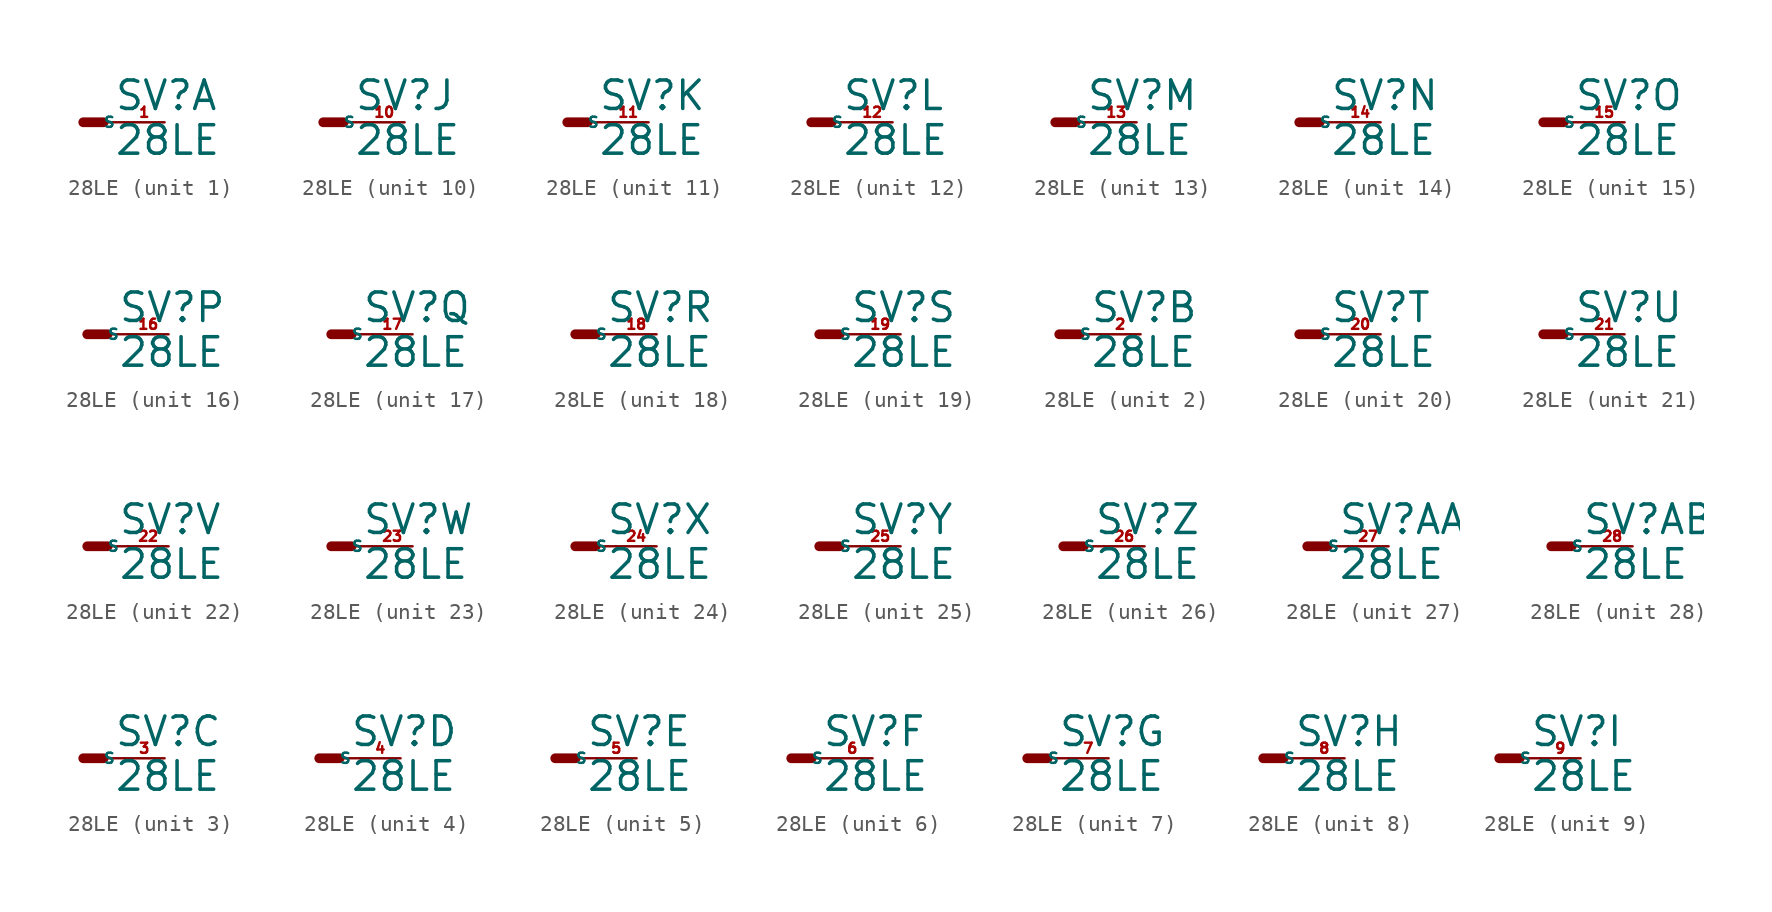
<source format=kicad_sym>
(kicad_symbol_lib
  (version 20220914)
  (generator Eagle2Kicad)
  (symbol "28LE"
    (property "Reference" "SV"
      (at 1.905 0.635 0)
      (effects (font (size 1.778 1.778) (thickness 0.22)) (justify left bottom)))
    (property "Value" "28LE"
      (at 1.905 -2.159 0)
      (effects (font (size 1.778 1.778) (thickness 0.22)) (justify left bottom)))
    (symbol "28LE_1_0"
      (polyline (pts (xy 0 0) (xy 1.27 0)) (stroke (width 0.61) (type default)) (fill (type none)))
      (polyline (pts (xy 2.54 0) (xy 1.27 0)) (stroke (width 0.152) (type default)) (fill (type none)))
      (pin passive line (at 5.08 0 180) (length 2.54) (name "S" (effects (font (size 0.635 0.635) (thickness 0.08)) (justify left bottom))) (number "1" (effects (font (size 0.635 0.635) (thickness 0.08)) (justify left bottom)))))
    (symbol "28LE_2_0"
      (polyline (pts (xy 0 0) (xy 1.27 0)) (stroke (width 0.61) (type default)) (fill (type none)))
      (polyline (pts (xy 2.54 0) (xy 1.27 0)) (stroke (width 0.152) (type default)) (fill (type none)))
      (pin passive line (at 5.08 0 180) (length 2.54) (name "S" (effects (font (size 0.635 0.635) (thickness 0.08)) (justify left bottom))) (number "2" (effects (font (size 0.635 0.635) (thickness 0.08)) (justify left bottom)))))
    (symbol "28LE_3_0"
      (polyline (pts (xy 0 0) (xy 1.27 0)) (stroke (width 0.61) (type default)) (fill (type none)))
      (polyline (pts (xy 2.54 0) (xy 1.27 0)) (stroke (width 0.152) (type default)) (fill (type none)))
      (pin passive line (at 5.08 0 180) (length 2.54) (name "S" (effects (font (size 0.635 0.635) (thickness 0.08)) (justify left bottom))) (number "3" (effects (font (size 0.635 0.635) (thickness 0.08)) (justify left bottom)))))
    (symbol "28LE_4_0"
      (polyline (pts (xy 0 0) (xy 1.27 0)) (stroke (width 0.61) (type default)) (fill (type none)))
      (polyline (pts (xy 2.54 0) (xy 1.27 0)) (stroke (width 0.152) (type default)) (fill (type none)))
      (pin passive line (at 5.08 0 180) (length 2.54) (name "S" (effects (font (size 0.635 0.635) (thickness 0.08)) (justify left bottom))) (number "4" (effects (font (size 0.635 0.635) (thickness 0.08)) (justify left bottom)))))
    (symbol "28LE_5_0"
      (polyline (pts (xy 0 0) (xy 1.27 0)) (stroke (width 0.61) (type default)) (fill (type none)))
      (polyline (pts (xy 2.54 0) (xy 1.27 0)) (stroke (width 0.152) (type default)) (fill (type none)))
      (pin passive line (at 5.08 0 180) (length 2.54) (name "S" (effects (font (size 0.635 0.635) (thickness 0.08)) (justify left bottom))) (number "5" (effects (font (size 0.635 0.635) (thickness 0.08)) (justify left bottom)))))
    (symbol "28LE_6_0"
      (polyline (pts (xy 0 0) (xy 1.27 0)) (stroke (width 0.61) (type default)) (fill (type none)))
      (polyline (pts (xy 2.54 0) (xy 1.27 0)) (stroke (width 0.152) (type default)) (fill (type none)))
      (pin passive line (at 5.08 0 180) (length 2.54) (name "S" (effects (font (size 0.635 0.635) (thickness 0.08)) (justify left bottom))) (number "6" (effects (font (size 0.635 0.635) (thickness 0.08)) (justify left bottom)))))
    (symbol "28LE_7_0"
      (polyline (pts (xy 0 0) (xy 1.27 0)) (stroke (width 0.61) (type default)) (fill (type none)))
      (polyline (pts (xy 2.54 0) (xy 1.27 0)) (stroke (width 0.152) (type default)) (fill (type none)))
      (pin passive line (at 5.08 0 180) (length 2.54) (name "S" (effects (font (size 0.635 0.635) (thickness 0.08)) (justify left bottom))) (number "7" (effects (font (size 0.635 0.635) (thickness 0.08)) (justify left bottom)))))
    (symbol "28LE_8_0"
      (polyline (pts (xy 0 0) (xy 1.27 0)) (stroke (width 0.61) (type default)) (fill (type none)))
      (polyline (pts (xy 2.54 0) (xy 1.27 0)) (stroke (width 0.152) (type default)) (fill (type none)))
      (pin passive line (at 5.08 0 180) (length 2.54) (name "S" (effects (font (size 0.635 0.635) (thickness 0.08)) (justify left bottom))) (number "8" (effects (font (size 0.635 0.635) (thickness 0.08)) (justify left bottom)))))
    (symbol "28LE_9_0"
      (polyline (pts (xy 0 0) (xy 1.27 0)) (stroke (width 0.61) (type default)) (fill (type none)))
      (polyline (pts (xy 2.54 0) (xy 1.27 0)) (stroke (width 0.152) (type default)) (fill (type none)))
      (pin passive line (at 5.08 0 180) (length 2.54) (name "S" (effects (font (size 0.635 0.635) (thickness 0.08)) (justify left bottom))) (number "9" (effects (font (size 0.635 0.635) (thickness 0.08)) (justify left bottom)))))
    (symbol "28LE_10_0"
      (polyline (pts (xy 0 0) (xy 1.27 0)) (stroke (width 0.61) (type default)) (fill (type none)))
      (polyline (pts (xy 2.54 0) (xy 1.27 0)) (stroke (width 0.152) (type default)) (fill (type none)))
      (pin passive line (at 5.08 0 180) (length 2.54) (name "S" (effects (font (size 0.635 0.635) (thickness 0.08)) (justify left bottom))) (number "10" (effects (font (size 0.635 0.635) (thickness 0.08)) (justify left bottom)))))
    (symbol "28LE_11_0"
      (polyline (pts (xy 0 0) (xy 1.27 0)) (stroke (width 0.61) (type default)) (fill (type none)))
      (polyline (pts (xy 2.54 0) (xy 1.27 0)) (stroke (width 0.152) (type default)) (fill (type none)))
      (pin passive line (at 5.08 0 180) (length 2.54) (name "S" (effects (font (size 0.635 0.635) (thickness 0.08)) (justify left bottom))) (number "11" (effects (font (size 0.635 0.635) (thickness 0.08)) (justify left bottom)))))
    (symbol "28LE_12_0"
      (polyline (pts (xy 0 0) (xy 1.27 0)) (stroke (width 0.61) (type default)) (fill (type none)))
      (polyline (pts (xy 2.54 0) (xy 1.27 0)) (stroke (width 0.152) (type default)) (fill (type none)))
      (pin passive line (at 5.08 0 180) (length 2.54) (name "S" (effects (font (size 0.635 0.635) (thickness 0.08)) (justify left bottom))) (number "12" (effects (font (size 0.635 0.635) (thickness 0.08)) (justify left bottom)))))
    (symbol "28LE_13_0"
      (polyline (pts (xy 0 0) (xy 1.27 0)) (stroke (width 0.61) (type default)) (fill (type none)))
      (polyline (pts (xy 2.54 0) (xy 1.27 0)) (stroke (width 0.152) (type default)) (fill (type none)))
      (pin passive line (at 5.08 0 180) (length 2.54) (name "S" (effects (font (size 0.635 0.635) (thickness 0.08)) (justify left bottom))) (number "13" (effects (font (size 0.635 0.635) (thickness 0.08)) (justify left bottom)))))
    (symbol "28LE_14_0"
      (polyline (pts (xy 0 0) (xy 1.27 0)) (stroke (width 0.61) (type default)) (fill (type none)))
      (polyline (pts (xy 2.54 0) (xy 1.27 0)) (stroke (width 0.152) (type default)) (fill (type none)))
      (pin passive line (at 5.08 0 180) (length 2.54) (name "S" (effects (font (size 0.635 0.635) (thickness 0.08)) (justify left bottom))) (number "14" (effects (font (size 0.635 0.635) (thickness 0.08)) (justify left bottom)))))
    (symbol "28LE_15_0"
      (polyline (pts (xy 0 0) (xy 1.27 0)) (stroke (width 0.61) (type default)) (fill (type none)))
      (polyline (pts (xy 2.54 0) (xy 1.27 0)) (stroke (width 0.152) (type default)) (fill (type none)))
      (pin passive line (at 5.08 0 180) (length 2.54) (name "S" (effects (font (size 0.635 0.635) (thickness 0.08)) (justify left bottom))) (number "15" (effects (font (size 0.635 0.635) (thickness 0.08)) (justify left bottom)))))
    (symbol "28LE_16_0"
      (polyline (pts (xy 0 0) (xy 1.27 0)) (stroke (width 0.61) (type default)) (fill (type none)))
      (polyline (pts (xy 2.54 0) (xy 1.27 0)) (stroke (width 0.152) (type default)) (fill (type none)))
      (pin passive line (at 5.08 0 180) (length 2.54) (name "S" (effects (font (size 0.635 0.635) (thickness 0.08)) (justify left bottom))) (number "16" (effects (font (size 0.635 0.635) (thickness 0.08)) (justify left bottom)))))
    (symbol "28LE_17_0"
      (polyline (pts (xy 0 0) (xy 1.27 0)) (stroke (width 0.61) (type default)) (fill (type none)))
      (polyline (pts (xy 2.54 0) (xy 1.27 0)) (stroke (width 0.152) (type default)) (fill (type none)))
      (pin passive line (at 5.08 0 180) (length 2.54) (name "S" (effects (font (size 0.635 0.635) (thickness 0.08)) (justify left bottom))) (number "17" (effects (font (size 0.635 0.635) (thickness 0.08)) (justify left bottom)))))
    (symbol "28LE_18_0"
      (polyline (pts (xy 0 0) (xy 1.27 0)) (stroke (width 0.61) (type default)) (fill (type none)))
      (polyline (pts (xy 2.54 0) (xy 1.27 0)) (stroke (width 0.152) (type default)) (fill (type none)))
      (pin passive line (at 5.08 0 180) (length 2.54) (name "S" (effects (font (size 0.635 0.635) (thickness 0.08)) (justify left bottom))) (number "18" (effects (font (size 0.635 0.635) (thickness 0.08)) (justify left bottom)))))
    (symbol "28LE_19_0"
      (polyline (pts (xy 0 0) (xy 1.27 0)) (stroke (width 0.61) (type default)) (fill (type none)))
      (polyline (pts (xy 2.54 0) (xy 1.27 0)) (stroke (width 0.152) (type default)) (fill (type none)))
      (pin passive line (at 5.08 0 180) (length 2.54) (name "S" (effects (font (size 0.635 0.635) (thickness 0.08)) (justify left bottom))) (number "19" (effects (font (size 0.635 0.635) (thickness 0.08)) (justify left bottom)))))
    (symbol "28LE_20_0"
      (polyline (pts (xy 0 0) (xy 1.27 0)) (stroke (width 0.61) (type default)) (fill (type none)))
      (polyline (pts (xy 2.54 0) (xy 1.27 0)) (stroke (width 0.152) (type default)) (fill (type none)))
      (pin passive line (at 5.08 0 180) (length 2.54) (name "S" (effects (font (size 0.635 0.635) (thickness 0.08)) (justify left bottom))) (number "20" (effects (font (size 0.635 0.635) (thickness 0.08)) (justify left bottom)))))
    (symbol "28LE_21_0"
      (polyline (pts (xy 0 0) (xy 1.27 0)) (stroke (width 0.61) (type default)) (fill (type none)))
      (polyline (pts (xy 2.54 0) (xy 1.27 0)) (stroke (width 0.152) (type default)) (fill (type none)))
      (pin passive line (at 5.08 0 180) (length 2.54) (name "S" (effects (font (size 0.635 0.635) (thickness 0.08)) (justify left bottom))) (number "21" (effects (font (size 0.635 0.635) (thickness 0.08)) (justify left bottom)))))
    (symbol "28LE_22_0"
      (polyline (pts (xy 0 0) (xy 1.27 0)) (stroke (width 0.61) (type default)) (fill (type none)))
      (polyline (pts (xy 2.54 0) (xy 1.27 0)) (stroke (width 0.152) (type default)) (fill (type none)))
      (pin passive line (at 5.08 0 180) (length 2.54) (name "S" (effects (font (size 0.635 0.635) (thickness 0.08)) (justify left bottom))) (number "22" (effects (font (size 0.635 0.635) (thickness 0.08)) (justify left bottom)))))
    (symbol "28LE_23_0"
      (polyline (pts (xy 0 0) (xy 1.27 0)) (stroke (width 0.61) (type default)) (fill (type none)))
      (polyline (pts (xy 2.54 0) (xy 1.27 0)) (stroke (width 0.152) (type default)) (fill (type none)))
      (pin passive line (at 5.08 0 180) (length 2.54) (name "S" (effects (font (size 0.635 0.635) (thickness 0.08)) (justify left bottom))) (number "23" (effects (font (size 0.635 0.635) (thickness 0.08)) (justify left bottom)))))
    (symbol "28LE_24_0"
      (polyline (pts (xy 0 0) (xy 1.27 0)) (stroke (width 0.61) (type default)) (fill (type none)))
      (polyline (pts (xy 2.54 0) (xy 1.27 0)) (stroke (width 0.152) (type default)) (fill (type none)))
      (pin passive line (at 5.08 0 180) (length 2.54) (name "S" (effects (font (size 0.635 0.635) (thickness 0.08)) (justify left bottom))) (number "24" (effects (font (size 0.635 0.635) (thickness 0.08)) (justify left bottom)))))
    (symbol "28LE_25_0"
      (polyline (pts (xy 0 0) (xy 1.27 0)) (stroke (width 0.61) (type default)) (fill (type none)))
      (polyline (pts (xy 2.54 0) (xy 1.27 0)) (stroke (width 0.152) (type default)) (fill (type none)))
      (pin passive line (at 5.08 0 180) (length 2.54) (name "S" (effects (font (size 0.635 0.635) (thickness 0.08)) (justify left bottom))) (number "25" (effects (font (size 0.635 0.635) (thickness 0.08)) (justify left bottom)))))
    (symbol "28LE_26_0"
      (polyline (pts (xy 0 0) (xy 1.27 0)) (stroke (width 0.61) (type default)) (fill (type none)))
      (polyline (pts (xy 2.54 0) (xy 1.27 0)) (stroke (width 0.152) (type default)) (fill (type none)))
      (pin passive line (at 5.08 0 180) (length 2.54) (name "S" (effects (font (size 0.635 0.635) (thickness 0.08)) (justify left bottom))) (number "26" (effects (font (size 0.635 0.635) (thickness 0.08)) (justify left bottom)))))
    (symbol "28LE_27_0"
      (polyline (pts (xy 0 0) (xy 1.27 0)) (stroke (width 0.61) (type default)) (fill (type none)))
      (polyline (pts (xy 2.54 0) (xy 1.27 0)) (stroke (width 0.152) (type default)) (fill (type none)))
      (pin passive line (at 5.08 0 180) (length 2.54) (name "S" (effects (font (size 0.635 0.635) (thickness 0.08)) (justify left bottom))) (number "27" (effects (font (size 0.635 0.635) (thickness 0.08)) (justify left bottom)))))
    (symbol "28LE_28_0"
      (polyline (pts (xy 0 0) (xy 1.27 0)) (stroke (width 0.61) (type default)) (fill (type none)))
      (polyline (pts (xy 2.54 0) (xy 1.27 0)) (stroke (width 0.152) (type default)) (fill (type none)))
      (pin passive line (at 5.08 0 180) (length 2.54) (name "S" (effects (font (size 0.635 0.635) (thickness 0.08)) (justify left bottom))) (number "28" (effects (font (size 0.635 0.635) (thickness 0.08)) (justify left bottom)))))))
</source>
